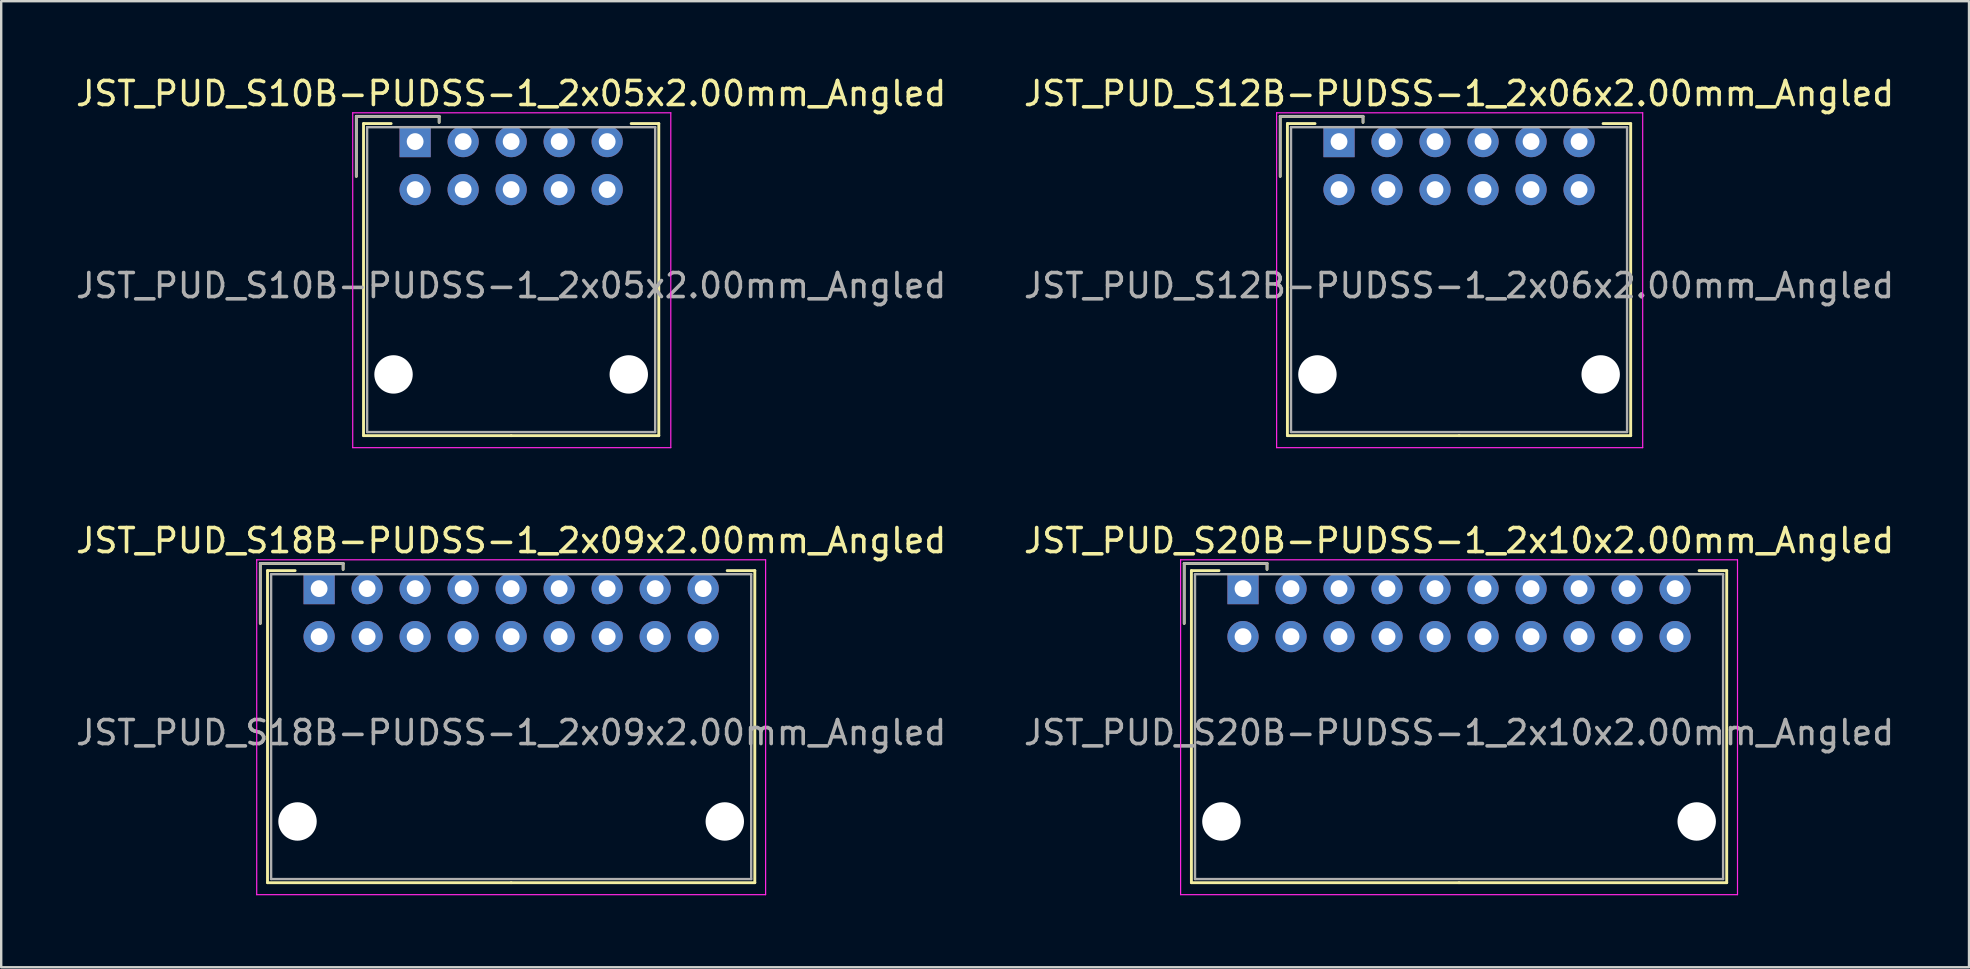
<source format=kicad_pcb>
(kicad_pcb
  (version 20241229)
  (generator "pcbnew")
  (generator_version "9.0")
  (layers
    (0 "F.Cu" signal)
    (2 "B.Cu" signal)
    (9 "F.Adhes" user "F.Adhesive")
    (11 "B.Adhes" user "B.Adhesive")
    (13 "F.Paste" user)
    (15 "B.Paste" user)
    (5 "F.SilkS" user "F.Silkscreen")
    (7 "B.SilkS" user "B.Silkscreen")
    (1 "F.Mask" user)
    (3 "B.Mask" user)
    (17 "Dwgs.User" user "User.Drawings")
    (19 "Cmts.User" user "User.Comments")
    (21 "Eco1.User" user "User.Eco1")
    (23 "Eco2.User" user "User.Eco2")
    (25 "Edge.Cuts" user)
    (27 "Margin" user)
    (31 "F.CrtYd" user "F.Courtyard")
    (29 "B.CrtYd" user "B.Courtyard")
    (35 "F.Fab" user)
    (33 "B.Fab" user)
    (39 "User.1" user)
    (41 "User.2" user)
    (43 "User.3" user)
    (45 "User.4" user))
  (footprint "JST_PUD_S20B-PUDSS-1_2x10x2.00mm_Angled"
    (layer "F.Cu")
    (at 48.732 21.471)
    (property "Reference" "JST_PUD_S20B-PUDSS-1_2x10x2.00mm_Angled" (at 9 -2 0) (layer "F.SilkS") (effects (font (size 1 1) (thickness 0.15))))
    (attr through_hole)
    (fp_line (start -2.45 -1.05) (end -2.45 1.45) (stroke (width 0.12) (type solid)) (layer "F.SilkS"))
    (fp_line (start -2.15 -0.75) (end -2.15 12.25) (stroke (width 0.12) (type solid)) (layer "F.SilkS"))
    (fp_line (start -2.15 12.25) (end 9 12.25) (stroke (width 0.12) (type solid)) (layer "F.SilkS"))
    (fp_line (start -1 -0.75) (end -2.15 -0.75) (stroke (width 0.12) (type solid)) (layer "F.SilkS"))
    (fp_line (start 1 -1.05) (end -2.45 -1.05) (stroke (width 0.12) (type solid)) (layer "F.SilkS"))
    (fp_line (start 1 -0.8) (end 1 -1.05) (stroke (width 0.12) (type solid)) (layer "F.SilkS"))
    (fp_line (start 19 -0.75) (end 20.15 -0.75) (stroke (width 0.12) (type solid)) (layer "F.SilkS"))
    (fp_line (start 20.15 -0.75) (end 20.15 12.25) (stroke (width 0.12) (type solid)) (layer "F.SilkS"))
    (fp_line (start 20.15 12.25) (end 9 12.25) (stroke (width 0.12) (type solid)) (layer "F.SilkS"))
    (fp_line (start -2.6 -1.2) (end -2.6 12.75) (stroke (width 0.05) (type solid)) (layer "F.CrtYd"))
    (fp_line (start -2.6 12.75) (end 20.6 12.75) (stroke (width 0.05) (type solid)) (layer "F.CrtYd"))
    (fp_line (start 20.6 -1.2) (end -2.6 -1.2) (stroke (width 0.05) (type solid)) (layer "F.CrtYd"))
    (fp_line (start 20.6 12.75) (end 20.6 -1.2) (stroke (width 0.05) (type solid)) (layer "F.CrtYd"))
    (fp_line (start -2.45 -1.05) (end -2.45 1.45) (stroke (width 0.1) (type solid)) (layer "F.Fab"))
    (fp_line (start -2 -0.6) (end -2 12.1) (stroke (width 0.1) (type solid)) (layer "F.Fab"))
    (fp_line (start -2 12.1) (end 20 12.1) (stroke (width 0.1) (type solid)) (layer "F.Fab"))
    (fp_line (start 1 -1.05) (end -2.45 -1.05) (stroke (width 0.1) (type solid)) (layer "F.Fab"))
    (fp_line (start 1 -0.8) (end 1 -1.05) (stroke (width 0.1) (type solid)) (layer "F.Fab"))
    (fp_line (start 20 -0.6) (end -2 -0.6) (stroke (width 0.1) (type solid)) (layer "F.Fab"))
    (fp_line (start 20 12.1) (end 20 -0.6) (stroke (width 0.1) (type solid)) (layer "F.Fab"))
    (fp_text user "${REFERENCE}" (at 9 6 0) (layer "F.Fab") (effects (font (size 1 1) (thickness 0.15))))
    (pad "" np_thru_hole circle (at -0.9 9.7) (size 1.6 1.6) (drill 1.6) (layers "*.Cu"))
    (pad "" np_thru_hole circle (at 18.9 9.7) (size 1.6 1.6) (drill 1.6) (layers "*.Cu"))
    (pad "1" thru_hole rect (at 0 0) (size 1.3 1.3) (drill 0.7) (layers "*.Cu" "*.Mask"))
    (pad "2" thru_hole circle (at 0 2) (size 1.3 1.3) (drill 0.7) (layers "*.Cu" "*.Mask"))
    (pad "3" thru_hole circle (at 2 0) (size 1.3 1.3) (drill 0.7) (layers "*.Cu" "*.Mask"))
    (pad "4" thru_hole circle (at 2 2) (size 1.3 1.3) (drill 0.7) (layers "*.Cu" "*.Mask"))
    (pad "5" thru_hole circle (at 4 0) (size 1.3 1.3) (drill 0.7) (layers "*.Cu" "*.Mask"))
    (pad "6" thru_hole circle (at 4 2) (size 1.3 1.3) (drill 0.7) (layers "*.Cu" "*.Mask"))
    (pad "7" thru_hole circle (at 6 0) (size 1.3 1.3) (drill 0.7) (layers "*.Cu" "*.Mask"))
    (pad "8" thru_hole circle (at 6 2) (size 1.3 1.3) (drill 0.7) (layers "*.Cu" "*.Mask"))
    (pad "9" thru_hole circle (at 8 0) (size 1.3 1.3) (drill 0.7) (layers "*.Cu" "*.Mask"))
    (pad "10" thru_hole circle (at 8 2) (size 1.3 1.3) (drill 0.7) (layers "*.Cu" "*.Mask"))
    (pad "11" thru_hole circle (at 10 0) (size 1.3 1.3) (drill 0.7) (layers "*.Cu" "*.Mask"))
    (pad "12" thru_hole circle (at 10 2) (size 1.3 1.3) (drill 0.7) (layers "*.Cu" "*.Mask"))
    (pad "13" thru_hole circle (at 12 0) (size 1.3 1.3) (drill 0.7) (layers "*.Cu" "*.Mask"))
    (pad "14" thru_hole circle (at 12 2) (size 1.3 1.3) (drill 0.7) (layers "*.Cu" "*.Mask"))
    (pad "15" thru_hole circle (at 14 0) (size 1.3 1.3) (drill 0.7) (layers "*.Cu" "*.Mask"))
    (pad "16" thru_hole circle (at 14 2) (size 1.3 1.3) (drill 0.7) (layers "*.Cu" "*.Mask"))
    (pad "17" thru_hole circle (at 16 0) (size 1.3 1.3) (drill 0.7) (layers "*.Cu" "*.Mask"))
    (pad "18" thru_hole circle (at 16 2) (size 1.3 1.3) (drill 0.7) (layers "*.Cu" "*.Mask"))
    (pad "19" thru_hole circle (at 18 0) (size 1.3 1.3) (drill 0.7) (layers "*.Cu" "*.Mask"))
    (pad "20" thru_hole circle (at 18 2) (size 1.3 1.3) (drill 0.7) (layers "*.Cu" "*.Mask")))
  (footprint "JST_PUD_S12B-PUDSS-1_2x06x2.00mm_Angled"
    (layer "F.Cu")
    (at 52.732 2.848)
    (property "Reference" "JST_PUD_S12B-PUDSS-1_2x06x2.00mm_Angled" (at 5 -2 0) (layer "F.SilkS") (effects (font (size 1 1) (thickness 0.15))))
    (attr through_hole)
    (fp_line (start -2.45 -1.05) (end -2.45 1.45) (stroke (width 0.12) (type solid)) (layer "F.SilkS"))
    (fp_line (start -2.15 -0.75) (end -2.15 12.25) (stroke (width 0.12) (type solid)) (layer "F.SilkS"))
    (fp_line (start -2.15 12.25) (end 5 12.25) (stroke (width 0.12) (type solid)) (layer "F.SilkS"))
    (fp_line (start -1 -0.75) (end -2.15 -0.75) (stroke (width 0.12) (type solid)) (layer "F.SilkS"))
    (fp_line (start 1 -1.05) (end -2.45 -1.05) (stroke (width 0.12) (type solid)) (layer "F.SilkS"))
    (fp_line (start 1 -0.8) (end 1 -1.05) (stroke (width 0.12) (type solid)) (layer "F.SilkS"))
    (fp_line (start 11 -0.75) (end 12.15 -0.75) (stroke (width 0.12) (type solid)) (layer "F.SilkS"))
    (fp_line (start 12.15 -0.75) (end 12.15 12.25) (stroke (width 0.12) (type solid)) (layer "F.SilkS"))
    (fp_line (start 12.15 12.25) (end 5 12.25) (stroke (width 0.12) (type solid)) (layer "F.SilkS"))
    (fp_line (start -2.6 -1.2) (end -2.6 12.75) (stroke (width 0.05) (type solid)) (layer "F.CrtYd"))
    (fp_line (start -2.6 12.75) (end 12.65 12.75) (stroke (width 0.05) (type solid)) (layer "F.CrtYd"))
    (fp_line (start 12.65 -1.2) (end -2.6 -1.2) (stroke (width 0.05) (type solid)) (layer "F.CrtYd"))
    (fp_line (start 12.65 12.75) (end 12.65 -1.2) (stroke (width 0.05) (type solid)) (layer "F.CrtYd"))
    (fp_line (start -2.45 -1.05) (end -2.45 1.45) (stroke (width 0.1) (type solid)) (layer "F.Fab"))
    (fp_line (start -2 -0.6) (end -2 12.1) (stroke (width 0.1) (type solid)) (layer "F.Fab"))
    (fp_line (start -2 12.1) (end 12 12.1) (stroke (width 0.1) (type solid)) (layer "F.Fab"))
    (fp_line (start 1 -1.05) (end -2.45 -1.05) (stroke (width 0.1) (type solid)) (layer "F.Fab"))
    (fp_line (start 1 -0.8) (end 1 -1.05) (stroke (width 0.1) (type solid)) (layer "F.Fab"))
    (fp_line (start 12 -0.6) (end -2 -0.6) (stroke (width 0.1) (type solid)) (layer "F.Fab"))
    (fp_line (start 12 12.1) (end 12 -0.6) (stroke (width 0.1) (type solid)) (layer "F.Fab"))
    (fp_text user "${REFERENCE}" (at 5 6 0) (layer "F.Fab") (effects (font (size 1 1) (thickness 0.15))))
    (pad "" np_thru_hole circle (at -0.9 9.7) (size 1.6 1.6) (drill 1.6) (layers "*.Cu"))
    (pad "" np_thru_hole circle (at 10.9 9.7) (size 1.6 1.6) (drill 1.6) (layers "*.Cu"))
    (pad "1" thru_hole rect (at 0 0) (size 1.3 1.3) (drill 0.7) (layers "*.Cu" "*.Mask"))
    (pad "2" thru_hole circle (at 0 2) (size 1.3 1.3) (drill 0.7) (layers "*.Cu" "*.Mask"))
    (pad "3" thru_hole circle (at 2 0) (size 1.3 1.3) (drill 0.7) (layers "*.Cu" "*.Mask"))
    (pad "4" thru_hole circle (at 2 2) (size 1.3 1.3) (drill 0.7) (layers "*.Cu" "*.Mask"))
    (pad "5" thru_hole circle (at 4 0) (size 1.3 1.3) (drill 0.7) (layers "*.Cu" "*.Mask"))
    (pad "6" thru_hole circle (at 4 2) (size 1.3 1.3) (drill 0.7) (layers "*.Cu" "*.Mask"))
    (pad "7" thru_hole circle (at 6 0) (size 1.3 1.3) (drill 0.7) (layers "*.Cu" "*.Mask"))
    (pad "8" thru_hole circle (at 6 2) (size 1.3 1.3) (drill 0.7) (layers "*.Cu" "*.Mask"))
    (pad "9" thru_hole circle (at 8 0) (size 1.3 1.3) (drill 0.7) (layers "*.Cu" "*.Mask"))
    (pad "10" thru_hole circle (at 8 2) (size 1.3 1.3) (drill 0.7) (layers "*.Cu" "*.Mask"))
    (pad "11" thru_hole circle (at 10 0) (size 1.3 1.3) (drill 0.7) (layers "*.Cu" "*.Mask"))
    (pad "12" thru_hole circle (at 10 2) (size 1.3 1.3) (drill 0.7) (layers "*.Cu" "*.Mask")))
  (footprint "JST_PUD_S10B-PUDSS-1_2x05x2.00mm_Angled"
    (layer "F.Cu")
    (at 14.244 2.848)
    (property "Reference" "JST_PUD_S10B-PUDSS-1_2x05x2.00mm_Angled" (at 4 -2 0) (layer "F.SilkS") (effects (font (size 1 1) (thickness 0.15))))
    (attr through_hole)
    (fp_line (start -2.45 -1.05) (end -2.45 1.45) (stroke (width 0.12) (type solid)) (layer "F.SilkS"))
    (fp_line (start -2.15 -0.75) (end -2.15 12.25) (stroke (width 0.12) (type solid)) (layer "F.SilkS"))
    (fp_line (start -2.15 12.25) (end 4 12.25) (stroke (width 0.12) (type solid)) (layer "F.SilkS"))
    (fp_line (start -1 -0.75) (end -2.15 -0.75) (stroke (width 0.12) (type solid)) (layer "F.SilkS"))
    (fp_line (start 1 -1.05) (end -2.45 -1.05) (stroke (width 0.12) (type solid)) (layer "F.SilkS"))
    (fp_line (start 1 -0.8) (end 1 -1.05) (stroke (width 0.12) (type solid)) (layer "F.SilkS"))
    (fp_line (start 9 -0.75) (end 10.15 -0.75) (stroke (width 0.12) (type solid)) (layer "F.SilkS"))
    (fp_line (start 10.15 -0.75) (end 10.15 12.25) (stroke (width 0.12) (type solid)) (layer "F.SilkS"))
    (fp_line (start 10.15 12.25) (end 4 12.25) (stroke (width 0.12) (type solid)) (layer "F.SilkS"))
    (fp_line (start -2.6 -1.2) (end -2.6 12.75) (stroke (width 0.05) (type solid)) (layer "F.CrtYd"))
    (fp_line (start -2.6 12.75) (end 10.65 12.75) (stroke (width 0.05) (type solid)) (layer "F.CrtYd"))
    (fp_line (start 10.65 -1.2) (end -2.6 -1.2) (stroke (width 0.05) (type solid)) (layer "F.CrtYd"))
    (fp_line (start 10.65 12.75) (end 10.65 -1.2) (stroke (width 0.05) (type solid)) (layer "F.CrtYd"))
    (fp_line (start -2.45 -1.05) (end -2.45 1.45) (stroke (width 0.1) (type solid)) (layer "F.Fab"))
    (fp_line (start -2 -0.6) (end -2 12.1) (stroke (width 0.1) (type solid)) (layer "F.Fab"))
    (fp_line (start -2 12.1) (end 10 12.1) (stroke (width 0.1) (type solid)) (layer "F.Fab"))
    (fp_line (start 1 -1.05) (end -2.45 -1.05) (stroke (width 0.1) (type solid)) (layer "F.Fab"))
    (fp_line (start 1 -0.8) (end 1 -1.05) (stroke (width 0.1) (type solid)) (layer "F.Fab"))
    (fp_line (start 10 -0.6) (end -2 -0.6) (stroke (width 0.1) (type solid)) (layer "F.Fab"))
    (fp_line (start 10 12.1) (end 10 -0.6) (stroke (width 0.1) (type solid)) (layer "F.Fab"))
    (fp_text user "${REFERENCE}" (at 4 6 0) (layer "F.Fab") (effects (font (size 1 1) (thickness 0.15))))
    (pad "" np_thru_hole circle (at -0.9 9.7) (size 1.6 1.6) (drill 1.6) (layers "*.Cu"))
    (pad "" np_thru_hole circle (at 8.9 9.7) (size 1.6 1.6) (drill 1.6) (layers "*.Cu"))
    (pad "1" thru_hole rect (at 0 0) (size 1.3 1.3) (drill 0.7) (layers "*.Cu" "*.Mask"))
    (pad "2" thru_hole circle (at 0 2) (size 1.3 1.3) (drill 0.7) (layers "*.Cu" "*.Mask"))
    (pad "3" thru_hole circle (at 2 0) (size 1.3 1.3) (drill 0.7) (layers "*.Cu" "*.Mask"))
    (pad "4" thru_hole circle (at 2 2) (size 1.3 1.3) (drill 0.7) (layers "*.Cu" "*.Mask"))
    (pad "5" thru_hole circle (at 4 0) (size 1.3 1.3) (drill 0.7) (layers "*.Cu" "*.Mask"))
    (pad "6" thru_hole circle (at 4 2) (size 1.3 1.3) (drill 0.7) (layers "*.Cu" "*.Mask"))
    (pad "7" thru_hole circle (at 6 0) (size 1.3 1.3) (drill 0.7) (layers "*.Cu" "*.Mask"))
    (pad "8" thru_hole circle (at 6 2) (size 1.3 1.3) (drill 0.7) (layers "*.Cu" "*.Mask"))
    (pad "9" thru_hole circle (at 8 0) (size 1.3 1.3) (drill 0.7) (layers "*.Cu" "*.Mask"))
    (pad "10" thru_hole circle (at 8 2) (size 1.3 1.3) (drill 0.7) (layers "*.Cu" "*.Mask")))
  (footprint "JST_PUD_S18B-PUDSS-1_2x09x2.00mm_Angled"
    (layer "F.Cu")
    (at 10.244 21.471)
    (property "Reference" "JST_PUD_S18B-PUDSS-1_2x09x2.00mm_Angled" (at 8 -2 0) (layer "F.SilkS") (effects (font (size 1 1) (thickness 0.15))))
    (attr through_hole)
    (fp_line (start -2.45 -1.05) (end -2.45 1.45) (stroke (width 0.12) (type solid)) (layer "F.SilkS"))
    (fp_line (start -2.15 -0.75) (end -2.15 12.25) (stroke (width 0.12) (type solid)) (layer "F.SilkS"))
    (fp_line (start -2.15 12.25) (end 8 12.25) (stroke (width 0.12) (type solid)) (layer "F.SilkS"))
    (fp_line (start -1 -0.75) (end -2.15 -0.75) (stroke (width 0.12) (type solid)) (layer "F.SilkS"))
    (fp_line (start 1 -1.05) (end -2.45 -1.05) (stroke (width 0.12) (type solid)) (layer "F.SilkS"))
    (fp_line (start 1 -0.8) (end 1 -1.05) (stroke (width 0.12) (type solid)) (layer "F.SilkS"))
    (fp_line (start 17 -0.75) (end 18.15 -0.75) (stroke (width 0.12) (type solid)) (layer "F.SilkS"))
    (fp_line (start 18.15 -0.75) (end 18.15 12.25) (stroke (width 0.12) (type solid)) (layer "F.SilkS"))
    (fp_line (start 18.15 12.25) (end 8 12.25) (stroke (width 0.12) (type solid)) (layer "F.SilkS"))
    (fp_line (start -2.6 -1.2) (end -2.6 12.75) (stroke (width 0.05) (type solid)) (layer "F.CrtYd"))
    (fp_line (start -2.6 12.75) (end 18.6 12.75) (stroke (width 0.05) (type solid)) (layer "F.CrtYd"))
    (fp_line (start 18.6 -1.2) (end -2.6 -1.2) (stroke (width 0.05) (type solid)) (layer "F.CrtYd"))
    (fp_line (start 18.6 12.75) (end 18.6 -1.2) (stroke (width 0.05) (type solid)) (layer "F.CrtYd"))
    (fp_line (start -2.45 -1.05) (end -2.45 1.45) (stroke (width 0.1) (type solid)) (layer "F.Fab"))
    (fp_line (start -2 -0.6) (end -2 12.1) (stroke (width 0.1) (type solid)) (layer "F.Fab"))
    (fp_line (start -2 12.1) (end 18 12.1) (stroke (width 0.1) (type solid)) (layer "F.Fab"))
    (fp_line (start 1 -1.05) (end -2.45 -1.05) (stroke (width 0.1) (type solid)) (layer "F.Fab"))
    (fp_line (start 1 -0.8) (end 1 -1.05) (stroke (width 0.1) (type solid)) (layer "F.Fab"))
    (fp_line (start 18 -0.6) (end -2 -0.6) (stroke (width 0.1) (type solid)) (layer "F.Fab"))
    (fp_line (start 18 12.1) (end 18 -0.6) (stroke (width 0.1) (type solid)) (layer "F.Fab"))
    (fp_text user "${REFERENCE}" (at 8 6 0) (layer "F.Fab") (effects (font (size 1 1) (thickness 0.15))))
    (pad "" np_thru_hole circle (at -0.9 9.7) (size 1.6 1.6) (drill 1.6) (layers "*.Cu"))
    (pad "" np_thru_hole circle (at 16.9 9.7) (size 1.6 1.6) (drill 1.6) (layers "*.Cu"))
    (pad "1" thru_hole rect (at 0 0) (size 1.3 1.3) (drill 0.7) (layers "*.Cu" "*.Mask"))
    (pad "2" thru_hole circle (at 0 2) (size 1.3 1.3) (drill 0.7) (layers "*.Cu" "*.Mask"))
    (pad "3" thru_hole circle (at 2 0) (size 1.3 1.3) (drill 0.7) (layers "*.Cu" "*.Mask"))
    (pad "4" thru_hole circle (at 2 2) (size 1.3 1.3) (drill 0.7) (layers "*.Cu" "*.Mask"))
    (pad "5" thru_hole circle (at 4 0) (size 1.3 1.3) (drill 0.7) (layers "*.Cu" "*.Mask"))
    (pad "6" thru_hole circle (at 4 2) (size 1.3 1.3) (drill 0.7) (layers "*.Cu" "*.Mask"))
    (pad "7" thru_hole circle (at 6 0) (size 1.3 1.3) (drill 0.7) (layers "*.Cu" "*.Mask"))
    (pad "8" thru_hole circle (at 6 2) (size 1.3 1.3) (drill 0.7) (layers "*.Cu" "*.Mask"))
    (pad "9" thru_hole circle (at 8 0) (size 1.3 1.3) (drill 0.7) (layers "*.Cu" "*.Mask"))
    (pad "10" thru_hole circle (at 8 2) (size 1.3 1.3) (drill 0.7) (layers "*.Cu" "*.Mask"))
    (pad "11" thru_hole circle (at 10 0) (size 1.3 1.3) (drill 0.7) (layers "*.Cu" "*.Mask"))
    (pad "12" thru_hole circle (at 10 2) (size 1.3 1.3) (drill 0.7) (layers "*.Cu" "*.Mask"))
    (pad "13" thru_hole circle (at 12 0) (size 1.3 1.3) (drill 0.7) (layers "*.Cu" "*.Mask"))
    (pad "14" thru_hole circle (at 12 2) (size 1.3 1.3) (drill 0.7) (layers "*.Cu" "*.Mask"))
    (pad "15" thru_hole circle (at 14 0) (size 1.3 1.3) (drill 0.7) (layers "*.Cu" "*.Mask"))
    (pad "16" thru_hole circle (at 14 2) (size 1.3 1.3) (drill 0.7) (layers "*.Cu" "*.Mask"))
    (pad "17" thru_hole circle (at 16 0) (size 1.3 1.3) (drill 0.7) (layers "*.Cu" "*.Mask"))
    (pad "18" thru_hole circle (at 16 2) (size 1.3 1.3) (drill 0.7) (layers "*.Cu" "*.Mask")))
  (gr_rect
    (start -3 -3)
    (end 78.976 37.246)
    (stroke (width 0.1) (type default))
    (fill no)
    (layer "Edge.Cuts")))
</source>
